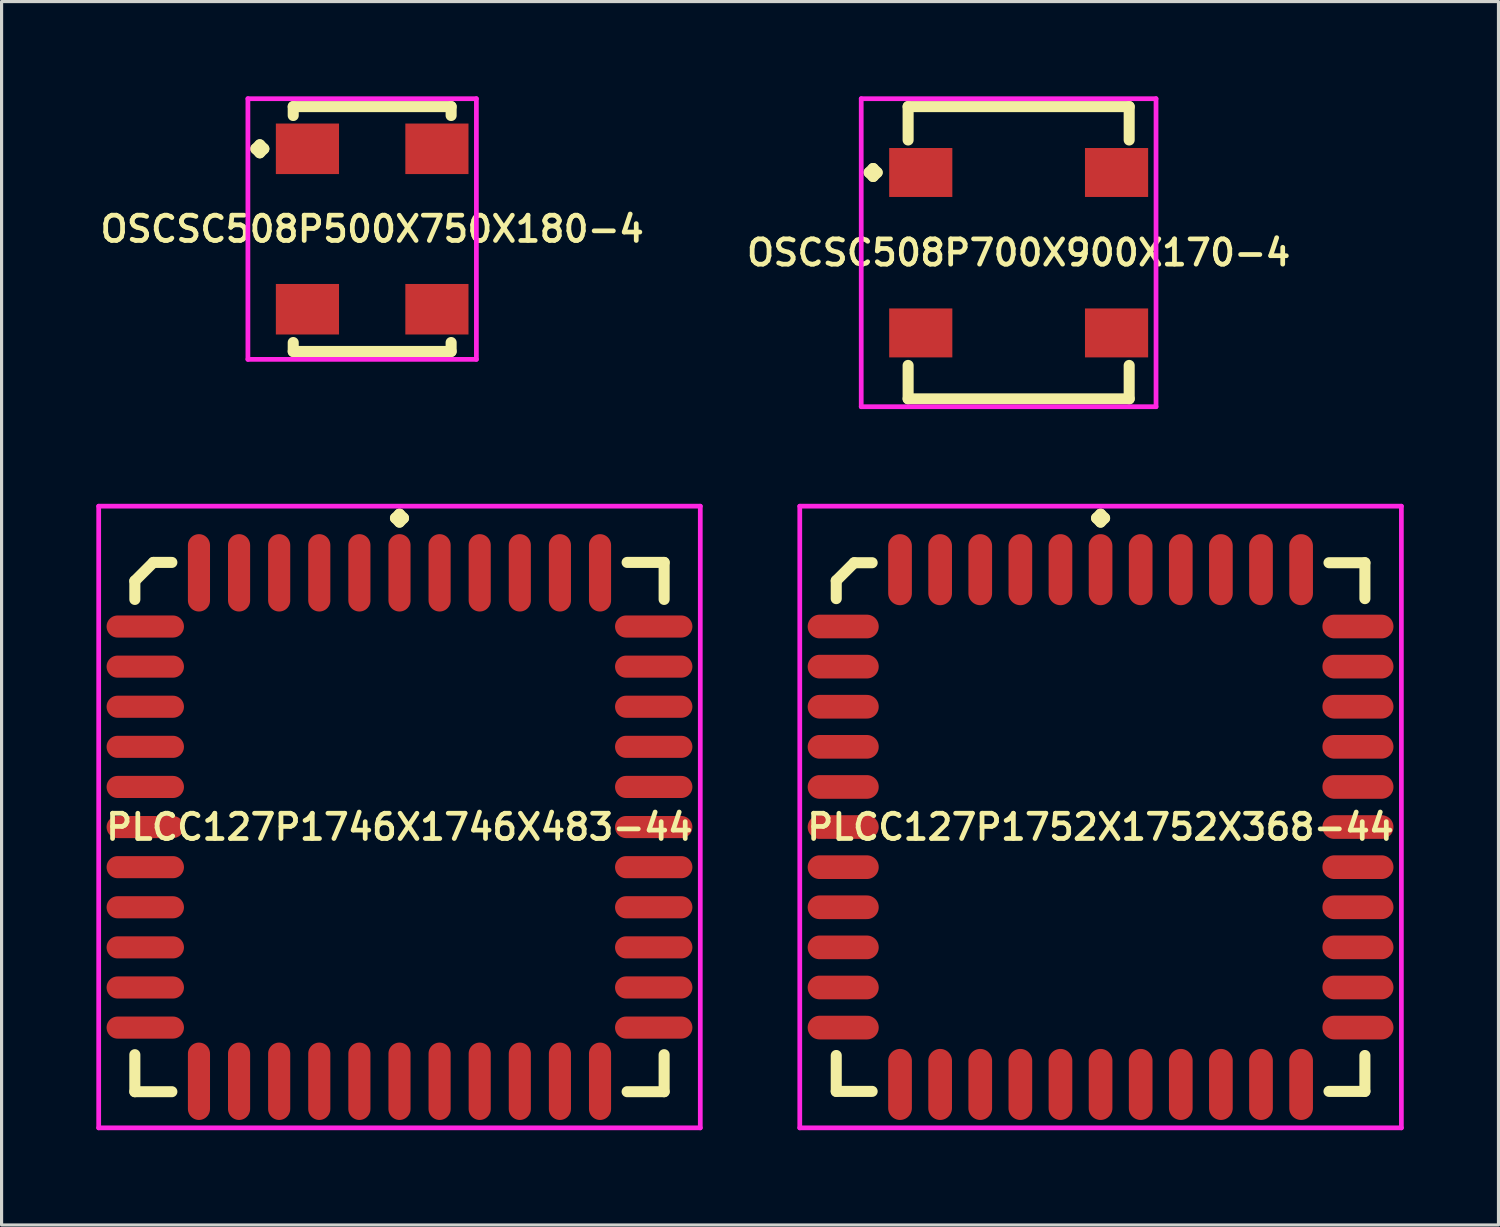
<source format=kicad_pcb>
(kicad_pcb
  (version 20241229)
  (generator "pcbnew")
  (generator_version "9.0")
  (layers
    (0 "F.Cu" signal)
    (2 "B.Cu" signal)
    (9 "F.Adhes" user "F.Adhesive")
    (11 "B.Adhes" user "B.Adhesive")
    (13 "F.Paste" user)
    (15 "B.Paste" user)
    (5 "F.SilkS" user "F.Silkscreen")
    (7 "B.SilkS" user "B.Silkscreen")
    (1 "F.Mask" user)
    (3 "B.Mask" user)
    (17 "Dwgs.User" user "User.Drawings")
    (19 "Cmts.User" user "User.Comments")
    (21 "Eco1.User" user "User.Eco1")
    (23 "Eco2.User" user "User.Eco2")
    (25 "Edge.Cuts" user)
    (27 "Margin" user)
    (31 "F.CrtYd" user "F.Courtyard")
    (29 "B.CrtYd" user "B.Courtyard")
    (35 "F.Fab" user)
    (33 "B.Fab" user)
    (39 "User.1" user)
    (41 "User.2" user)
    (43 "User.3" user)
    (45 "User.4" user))
  (footprint "PLCC127P1752X1752X368-44"
    (layer "F.Cu")
    (at 31.8 23.139)
    (property "Reference" "PLCC127P1752X1752X368-44" (at 0 0 0) (layer "F.SilkS") (effects (font (size 0.8 0.8) (thickness 0.15))))
    (attr smd)
    (fp_line (start -8.37 -7.801) (end -7.801 -8.37) (stroke (width 0.35) (type solid)) (layer "F.SilkS"))
    (fp_line (start -8.37 -7.233) (end -8.37 -7.801) (stroke (width 0.35) (type solid)) (layer "F.SilkS"))
    (fp_line (start -8.37 7.233) (end -8.37 8.37) (stroke (width 0.35) (type solid)) (layer "F.SilkS"))
    (fp_line (start -8.37 8.37) (end -7.233 8.37) (stroke (width 0.35) (type solid)) (layer "F.SilkS"))
    (fp_line (start -7.801 -8.37) (end -7.233 -8.37) (stroke (width 0.35) (type solid)) (layer "F.SilkS"))
    (fp_line (start -0.127 -9.783) (end 0 -9.91) (stroke (width 0.35) (type solid)) (layer "F.SilkS"))
    (fp_line (start 0 -9.91) (end 0.127 -9.783) (stroke (width 0.35) (type solid)) (layer "F.SilkS"))
    (fp_line (start 0 -9.656) (end -0.127 -9.783) (stroke (width 0.35) (type solid)) (layer "F.SilkS"))
    (fp_line (start 0.127 -9.783) (end 0 -9.656) (stroke (width 0.35) (type solid)) (layer "F.SilkS"))
    (fp_line (start 8.37 -8.37) (end 7.233 -8.37) (stroke (width 0.35) (type solid)) (layer "F.SilkS"))
    (fp_line (start 8.37 -7.233) (end 8.37 -8.37) (stroke (width 0.35) (type solid)) (layer "F.SilkS"))
    (fp_line (start 8.37 7.233) (end 8.37 8.37) (stroke (width 0.35) (type solid)) (layer "F.SilkS"))
    (fp_line (start 8.37 8.37) (end 7.233 8.37) (stroke (width 0.35) (type solid)) (layer "F.SilkS"))
    (fp_line (start -9.525 -10.16) (end 9.525 -10.16) (stroke (width 0.15) (type solid)) (layer "F.CrtYd"))
    (fp_line (start -9.525 9.525) (end -9.525 -10.16) (stroke (width 0.15) (type solid)) (layer "F.CrtYd"))
    (fp_line (start 9.525 -10.16) (end 9.525 9.525) (stroke (width 0.15) (type solid)) (layer "F.CrtYd"))
    (fp_line (start 9.525 9.525) (end -9.525 9.525) (stroke (width 0.15) (type solid)) (layer "F.CrtYd"))
    (pad "1" smd oval (at 0 -8.15) (size 0.75 2.25) (layers "F.Cu" "F.Mask" "F.Paste"))
    (pad "2" smd oval (at -1.27 -8.15) (size 0.75 2.25) (layers "F.Cu" "F.Mask" "F.Paste"))
    (pad "3" smd oval (at -2.54 -8.15) (size 0.75 2.25) (layers "F.Cu" "F.Mask" "F.Paste"))
    (pad "4" smd oval (at -3.81 -8.15) (size 0.75 2.25) (layers "F.Cu" "F.Mask" "F.Paste"))
    (pad "5" smd oval (at -5.08 -8.15) (size 0.75 2.25) (layers "F.Cu" "F.Mask" "F.Paste"))
    (pad "6" smd oval (at -6.35 -8.15) (size 0.75 2.25) (layers "F.Cu" "F.Mask" "F.Paste"))
    (pad "7" smd oval (at -8.15 -6.35) (size 2.25 0.75) (layers "F.Cu" "F.Mask" "F.Paste"))
    (pad "8" smd oval (at -8.15 -5.08) (size 2.25 0.75) (layers "F.Cu" "F.Mask" "F.Paste"))
    (pad "9" smd oval (at -8.15 -3.81) (size 2.25 0.75) (layers "F.Cu" "F.Mask" "F.Paste"))
    (pad "10" smd oval (at -8.15 -2.54) (size 2.25 0.75) (layers "F.Cu" "F.Mask" "F.Paste"))
    (pad "11" smd oval (at -8.15 -1.27) (size 2.25 0.75) (layers "F.Cu" "F.Mask" "F.Paste"))
    (pad "12" smd oval (at -8.15 0) (size 2.25 0.75) (layers "F.Cu" "F.Mask" "F.Paste"))
    (pad "13" smd oval (at -8.15 1.27) (size 2.25 0.75) (layers "F.Cu" "F.Mask" "F.Paste"))
    (pad "14" smd oval (at -8.15 2.54) (size 2.25 0.75) (layers "F.Cu" "F.Mask" "F.Paste"))
    (pad "15" smd oval (at -8.15 3.81) (size 2.25 0.75) (layers "F.Cu" "F.Mask" "F.Paste"))
    (pad "16" smd oval (at -8.15 5.08) (size 2.25 0.75) (layers "F.Cu" "F.Mask" "F.Paste"))
    (pad "17" smd oval (at -8.15 6.35) (size 2.25 0.75) (layers "F.Cu" "F.Mask" "F.Paste"))
    (pad "18" smd oval (at -6.35 8.15) (size 0.75 2.25) (layers "F.Cu" "F.Mask" "F.Paste"))
    (pad "19" smd oval (at -5.08 8.15) (size 0.75 2.25) (layers "F.Cu" "F.Mask" "F.Paste"))
    (pad "20" smd oval (at -3.81 8.15) (size 0.75 2.25) (layers "F.Cu" "F.Mask" "F.Paste"))
    (pad "21" smd oval (at -2.54 8.15) (size 0.75 2.25) (layers "F.Cu" "F.Mask" "F.Paste"))
    (pad "22" smd oval (at -1.27 8.15) (size 0.75 2.25) (layers "F.Cu" "F.Mask" "F.Paste"))
    (pad "23" smd oval (at 0 8.15) (size 0.75 2.25) (layers "F.Cu" "F.Mask" "F.Paste"))
    (pad "24" smd oval (at 1.27 8.15) (size 0.75 2.25) (layers "F.Cu" "F.Mask" "F.Paste"))
    (pad "25" smd oval (at 2.54 8.15) (size 0.75 2.25) (layers "F.Cu" "F.Mask" "F.Paste"))
    (pad "26" smd oval (at 3.81 8.15) (size 0.75 2.25) (layers "F.Cu" "F.Mask" "F.Paste"))
    (pad "27" smd oval (at 5.08 8.15) (size 0.75 2.25) (layers "F.Cu" "F.Mask" "F.Paste"))
    (pad "28" smd oval (at 6.35 8.15) (size 0.75 2.25) (layers "F.Cu" "F.Mask" "F.Paste"))
    (pad "29" smd oval (at 8.15 6.35) (size 2.25 0.75) (layers "F.Cu" "F.Mask" "F.Paste"))
    (pad "30" smd oval (at 8.15 5.08) (size 2.25 0.75) (layers "F.Cu" "F.Mask" "F.Paste"))
    (pad "31" smd oval (at 8.15 3.81) (size 2.25 0.75) (layers "F.Cu" "F.Mask" "F.Paste"))
    (pad "32" smd oval (at 8.15 2.54) (size 2.25 0.75) (layers "F.Cu" "F.Mask" "F.Paste"))
    (pad "33" smd oval (at 8.15 1.27) (size 2.25 0.75) (layers "F.Cu" "F.Mask" "F.Paste"))
    (pad "34" smd oval (at 8.15 0) (size 2.25 0.75) (layers "F.Cu" "F.Mask" "F.Paste"))
    (pad "35" smd oval (at 8.15 -1.27) (size 2.25 0.75) (layers "F.Cu" "F.Mask" "F.Paste"))
    (pad "36" smd oval (at 8.15 -2.54) (size 2.25 0.75) (layers "F.Cu" "F.Mask" "F.Paste"))
    (pad "37" smd oval (at 8.15 -3.81) (size 2.25 0.75) (layers "F.Cu" "F.Mask" "F.Paste"))
    (pad "38" smd oval (at 8.15 -5.08) (size 2.25 0.75) (layers "F.Cu" "F.Mask" "F.Paste"))
    (pad "39" smd oval (at 8.15 -6.35) (size 2.25 0.75) (layers "F.Cu" "F.Mask" "F.Paste"))
    (pad "40" smd oval (at 6.35 -8.15) (size 0.75 2.25) (layers "F.Cu" "F.Mask" "F.Paste"))
    (pad "41" smd oval (at 5.08 -8.15) (size 0.75 2.25) (layers "F.Cu" "F.Mask" "F.Paste"))
    (pad "42" smd oval (at 3.81 -8.15) (size 0.75 2.25) (layers "F.Cu" "F.Mask" "F.Paste"))
    (pad "43" smd oval (at 2.54 -8.15) (size 0.75 2.25) (layers "F.Cu" "F.Mask" "F.Paste"))
    (pad "44" smd oval (at 1.27 -8.15) (size 0.75 2.25) (layers "F.Cu" "F.Mask" "F.Paste")))
  (footprint "OSCSC508P700X900X170-4"
    (layer "F.Cu")
    (at 29.206 4.952)
    (property "Reference" "OSCSC508P700X900X170-4" (at 0 0 0) (layer "F.SilkS") (effects (font (size 0.8 0.8) (thickness 0.15))))
    (attr smd)
    (fp_line (start -4.735 -2.54) (end -4.608 -2.667) (stroke (width 0.35) (type solid)) (layer "F.SilkS"))
    (fp_line (start -4.608 -2.667) (end -4.481 -2.54) (stroke (width 0.35) (type solid)) (layer "F.SilkS"))
    (fp_line (start -4.608 -2.413) (end -4.735 -2.54) (stroke (width 0.35) (type solid)) (layer "F.SilkS"))
    (fp_line (start -4.481 -2.54) (end -4.608 -2.413) (stroke (width 0.35) (type solid)) (layer "F.SilkS"))
    (fp_line (start -3.5 -4.627) (end 3.5 -4.627) (stroke (width 0.35) (type solid)) (layer "F.SilkS"))
    (fp_line (start -3.5 -3.569) (end -3.5 -4.627) (stroke (width 0.35) (type solid)) (layer "F.SilkS"))
    (fp_line (start -3.5 3.569) (end -3.5 4.627) (stroke (width 0.35) (type solid)) (layer "F.SilkS"))
    (fp_line (start -3.5 4.627) (end 3.5 4.627) (stroke (width 0.35) (type solid)) (layer "F.SilkS"))
    (fp_line (start 3.5 -4.627) (end 3.5 -3.569) (stroke (width 0.35) (type solid)) (layer "F.SilkS"))
    (fp_line (start 3.5 4.627) (end 3.5 3.569) (stroke (width 0.35) (type solid)) (layer "F.SilkS"))
    (fp_line (start -4.985 -4.877) (end 4.35 -4.877) (stroke (width 0.15) (type solid)) (layer "F.CrtYd"))
    (fp_line (start -4.985 4.877) (end -4.985 -4.877) (stroke (width 0.15) (type solid)) (layer "F.CrtYd"))
    (fp_line (start 4.35 -4.877) (end 4.35 4.877) (stroke (width 0.15) (type solid)) (layer "F.CrtYd"))
    (fp_line (start 4.35 4.877) (end -4.985 4.877) (stroke (width 0.15) (type solid)) (layer "F.CrtYd"))
    (pad "1" smd rect (at -3.1 -2.54) (size 2 1.55) (layers "F.Cu" "F.Mask" "F.Paste"))
    (pad "2" smd rect (at -3.1 2.54) (size 2 1.55) (layers "F.Cu" "F.Mask" "F.Paste"))
    (pad "3" smd rect (at 3.1 2.54) (size 2 1.55) (layers "F.Cu" "F.Mask" "F.Paste"))
    (pad "4" smd rect (at 3.1 -2.54) (size 2 1.55) (layers "F.Cu" "F.Mask" "F.Paste")))
  (footprint "OSCSC508P500X750X180-4"
    (layer "F.Cu")
    (at 8.735 4.202)
    (property "Reference" "OSCSC508P500X750X180-4" (at 0 0 0) (layer "F.SilkS") (effects (font (size 0.8 0.8) (thickness 0.15))))
    (attr smd)
    (fp_line (start -3.685 -2.54) (end -3.558 -2.667) (stroke (width 0.35) (type solid)) (layer "F.SilkS"))
    (fp_line (start -3.558 -2.667) (end -3.431 -2.54) (stroke (width 0.35) (type solid)) (layer "F.SilkS"))
    (fp_line (start -3.558 -2.413) (end -3.685 -2.54) (stroke (width 0.35) (type solid)) (layer "F.SilkS"))
    (fp_line (start -3.431 -2.54) (end -3.558 -2.413) (stroke (width 0.35) (type solid)) (layer "F.SilkS"))
    (fp_line (start -2.5 -3.877) (end 2.5 -3.877) (stroke (width 0.35) (type solid)) (layer "F.SilkS"))
    (fp_line (start -2.5 -3.594) (end -2.5 -3.877) (stroke (width 0.35) (type solid)) (layer "F.SilkS"))
    (fp_line (start -2.5 3.594) (end -2.5 3.877) (stroke (width 0.35) (type solid)) (layer "F.SilkS"))
    (fp_line (start -2.5 3.877) (end 2.5 3.877) (stroke (width 0.35) (type solid)) (layer "F.SilkS"))
    (fp_line (start 2.5 -3.877) (end 2.5 -3.594) (stroke (width 0.35) (type solid)) (layer "F.SilkS"))
    (fp_line (start 2.5 3.877) (end 2.5 3.594) (stroke (width 0.35) (type solid)) (layer "F.SilkS"))
    (fp_line (start -3.935 -4.127) (end 3.3 -4.127) (stroke (width 0.15) (type solid)) (layer "F.CrtYd"))
    (fp_line (start -3.935 4.127) (end -3.935 -4.127) (stroke (width 0.15) (type solid)) (layer "F.CrtYd"))
    (fp_line (start 3.3 -4.127) (end 3.3 4.127) (stroke (width 0.15) (type solid)) (layer "F.CrtYd"))
    (fp_line (start 3.3 4.127) (end -3.935 4.127) (stroke (width 0.15) (type solid)) (layer "F.CrtYd"))
    (pad "1" smd rect (at -2.05 -2.54) (size 2 1.6) (layers "F.Cu" "F.Mask" "F.Paste"))
    (pad "2" smd rect (at -2.05 2.54) (size 2 1.6) (layers "F.Cu" "F.Mask" "F.Paste"))
    (pad "3" smd rect (at 2.05 2.54) (size 2 1.6) (layers "F.Cu" "F.Mask" "F.Paste"))
    (pad "4" smd rect (at 2.05 -2.54) (size 2 1.6) (layers "F.Cu" "F.Mask" "F.Paste")))
  (footprint "PLCC127P1746X1746X483-44"
    (layer "F.Cu")
    (at 9.6 23.139)
    (property "Reference" "PLCC127P1746X1746X483-44" (at 0 0 0) (layer "F.SilkS") (effects (font (size 0.8 0.8) (thickness 0.15))))
    (attr smd)
    (fp_line (start -8.38 -7.794) (end -7.794 -8.38) (stroke (width 0.35) (type solid)) (layer "F.SilkS"))
    (fp_line (start -8.38 -7.208) (end -8.38 -7.794) (stroke (width 0.35) (type solid)) (layer "F.SilkS"))
    (fp_line (start -8.38 7.208) (end -8.38 8.38) (stroke (width 0.35) (type solid)) (layer "F.SilkS"))
    (fp_line (start -8.38 8.38) (end -7.208 8.38) (stroke (width 0.35) (type solid)) (layer "F.SilkS"))
    (fp_line (start -7.794 -8.38) (end -7.208 -8.38) (stroke (width 0.35) (type solid)) (layer "F.SilkS"))
    (fp_line (start -0.127 -9.783) (end 0 -9.91) (stroke (width 0.35) (type solid)) (layer "F.SilkS"))
    (fp_line (start 0 -9.91) (end 0.127 -9.783) (stroke (width 0.35) (type solid)) (layer "F.SilkS"))
    (fp_line (start 0 -9.656) (end -0.127 -9.783) (stroke (width 0.35) (type solid)) (layer "F.SilkS"))
    (fp_line (start 0.127 -9.783) (end 0 -9.656) (stroke (width 0.35) (type solid)) (layer "F.SilkS"))
    (fp_line (start 8.38 -8.38) (end 7.208 -8.38) (stroke (width 0.35) (type solid)) (layer "F.SilkS"))
    (fp_line (start 8.38 -7.208) (end 8.38 -8.38) (stroke (width 0.35) (type solid)) (layer "F.SilkS"))
    (fp_line (start 8.38 7.208) (end 8.38 8.38) (stroke (width 0.35) (type solid)) (layer "F.SilkS"))
    (fp_line (start 8.38 8.38) (end 7.208 8.38) (stroke (width 0.35) (type solid)) (layer "F.SilkS"))
    (fp_line (start -9.525 -10.16) (end 9.525 -10.16) (stroke (width 0.15) (type solid)) (layer "F.CrtYd"))
    (fp_line (start -9.525 9.525) (end -9.525 -10.16) (stroke (width 0.15) (type solid)) (layer "F.CrtYd"))
    (fp_line (start 9.525 -10.16) (end 9.525 9.525) (stroke (width 0.15) (type solid)) (layer "F.CrtYd"))
    (fp_line (start 9.525 9.525) (end -9.525 9.525) (stroke (width 0.15) (type solid)) (layer "F.CrtYd"))
    (pad "1" smd oval (at 0 -8.05) (size 0.7 2.45) (layers "F.Cu" "F.Mask" "F.Paste"))
    (pad "2" smd oval (at -1.27 -8.05) (size 0.7 2.45) (layers "F.Cu" "F.Mask" "F.Paste"))
    (pad "3" smd oval (at -2.54 -8.05) (size 0.7 2.45) (layers "F.Cu" "F.Mask" "F.Paste"))
    (pad "4" smd oval (at -3.81 -8.05) (size 0.7 2.45) (layers "F.Cu" "F.Mask" "F.Paste"))
    (pad "5" smd oval (at -5.08 -8.05) (size 0.7 2.45) (layers "F.Cu" "F.Mask" "F.Paste"))
    (pad "6" smd oval (at -6.35 -8.05) (size 0.7 2.45) (layers "F.Cu" "F.Mask" "F.Paste"))
    (pad "7" smd oval (at -8.05 -6.35) (size 2.45 0.7) (layers "F.Cu" "F.Mask" "F.Paste"))
    (pad "8" smd oval (at -8.05 -5.08) (size 2.45 0.7) (layers "F.Cu" "F.Mask" "F.Paste"))
    (pad "9" smd oval (at -8.05 -3.81) (size 2.45 0.7) (layers "F.Cu" "F.Mask" "F.Paste"))
    (pad "10" smd oval (at -8.05 -2.54) (size 2.45 0.7) (layers "F.Cu" "F.Mask" "F.Paste"))
    (pad "11" smd oval (at -8.05 -1.27) (size 2.45 0.7) (layers "F.Cu" "F.Mask" "F.Paste"))
    (pad "12" smd oval (at -8.05 0) (size 2.45 0.7) (layers "F.Cu" "F.Mask" "F.Paste"))
    (pad "13" smd oval (at -8.05 1.27) (size 2.45 0.7) (layers "F.Cu" "F.Mask" "F.Paste"))
    (pad "14" smd oval (at -8.05 2.54) (size 2.45 0.7) (layers "F.Cu" "F.Mask" "F.Paste"))
    (pad "15" smd oval (at -8.05 3.81) (size 2.45 0.7) (layers "F.Cu" "F.Mask" "F.Paste"))
    (pad "16" smd oval (at -8.05 5.08) (size 2.45 0.7) (layers "F.Cu" "F.Mask" "F.Paste"))
    (pad "17" smd oval (at -8.05 6.35) (size 2.45 0.7) (layers "F.Cu" "F.Mask" "F.Paste"))
    (pad "18" smd oval (at -6.35 8.05) (size 0.7 2.45) (layers "F.Cu" "F.Mask" "F.Paste"))
    (pad "19" smd oval (at -5.08 8.05) (size 0.7 2.45) (layers "F.Cu" "F.Mask" "F.Paste"))
    (pad "20" smd oval (at -3.81 8.05) (size 0.7 2.45) (layers "F.Cu" "F.Mask" "F.Paste"))
    (pad "21" smd oval (at -2.54 8.05) (size 0.7 2.45) (layers "F.Cu" "F.Mask" "F.Paste"))
    (pad "22" smd oval (at -1.27 8.05) (size 0.7 2.45) (layers "F.Cu" "F.Mask" "F.Paste"))
    (pad "23" smd oval (at 0 8.05) (size 0.7 2.45) (layers "F.Cu" "F.Mask" "F.Paste"))
    (pad "24" smd oval (at 1.27 8.05) (size 0.7 2.45) (layers "F.Cu" "F.Mask" "F.Paste"))
    (pad "25" smd oval (at 2.54 8.05) (size 0.7 2.45) (layers "F.Cu" "F.Mask" "F.Paste"))
    (pad "26" smd oval (at 3.81 8.05) (size 0.7 2.45) (layers "F.Cu" "F.Mask" "F.Paste"))
    (pad "27" smd oval (at 5.08 8.05) (size 0.7 2.45) (layers "F.Cu" "F.Mask" "F.Paste"))
    (pad "28" smd oval (at 6.35 8.05) (size 0.7 2.45) (layers "F.Cu" "F.Mask" "F.Paste"))
    (pad "29" smd oval (at 8.05 6.35) (size 2.45 0.7) (layers "F.Cu" "F.Mask" "F.Paste"))
    (pad "30" smd oval (at 8.05 5.08) (size 2.45 0.7) (layers "F.Cu" "F.Mask" "F.Paste"))
    (pad "31" smd oval (at 8.05 3.81) (size 2.45 0.7) (layers "F.Cu" "F.Mask" "F.Paste"))
    (pad "32" smd oval (at 8.05 2.54) (size 2.45 0.7) (layers "F.Cu" "F.Mask" "F.Paste"))
    (pad "33" smd oval (at 8.05 1.27) (size 2.45 0.7) (layers "F.Cu" "F.Mask" "F.Paste"))
    (pad "34" smd oval (at 8.05 0) (size 2.45 0.7) (layers "F.Cu" "F.Mask" "F.Paste"))
    (pad "35" smd oval (at 8.05 -1.27) (size 2.45 0.7) (layers "F.Cu" "F.Mask" "F.Paste"))
    (pad "36" smd oval (at 8.05 -2.54) (size 2.45 0.7) (layers "F.Cu" "F.Mask" "F.Paste"))
    (pad "37" smd oval (at 8.05 -3.81) (size 2.45 0.7) (layers "F.Cu" "F.Mask" "F.Paste"))
    (pad "38" smd oval (at 8.05 -5.08) (size 2.45 0.7) (layers "F.Cu" "F.Mask" "F.Paste"))
    (pad "39" smd oval (at 8.05 -6.35) (size 2.45 0.7) (layers "F.Cu" "F.Mask" "F.Paste"))
    (pad "40" smd oval (at 6.35 -8.05) (size 0.7 2.45) (layers "F.Cu" "F.Mask" "F.Paste"))
    (pad "41" smd oval (at 5.08 -8.05) (size 0.7 2.45) (layers "F.Cu" "F.Mask" "F.Paste"))
    (pad "42" smd oval (at 3.81 -8.05) (size 0.7 2.45) (layers "F.Cu" "F.Mask" "F.Paste"))
    (pad "43" smd oval (at 2.54 -8.05) (size 0.7 2.45) (layers "F.Cu" "F.Mask" "F.Paste"))
    (pad "44" smd oval (at 1.27 -8.05) (size 0.7 2.45) (layers "F.Cu" "F.Mask" "F.Paste")))
  (gr_rect
    (start -3 -3)
    (end 44.4 35.739)
    (stroke (width 0.1) (type default))
    (fill no)
    (layer "Edge.Cuts")))
</source>
